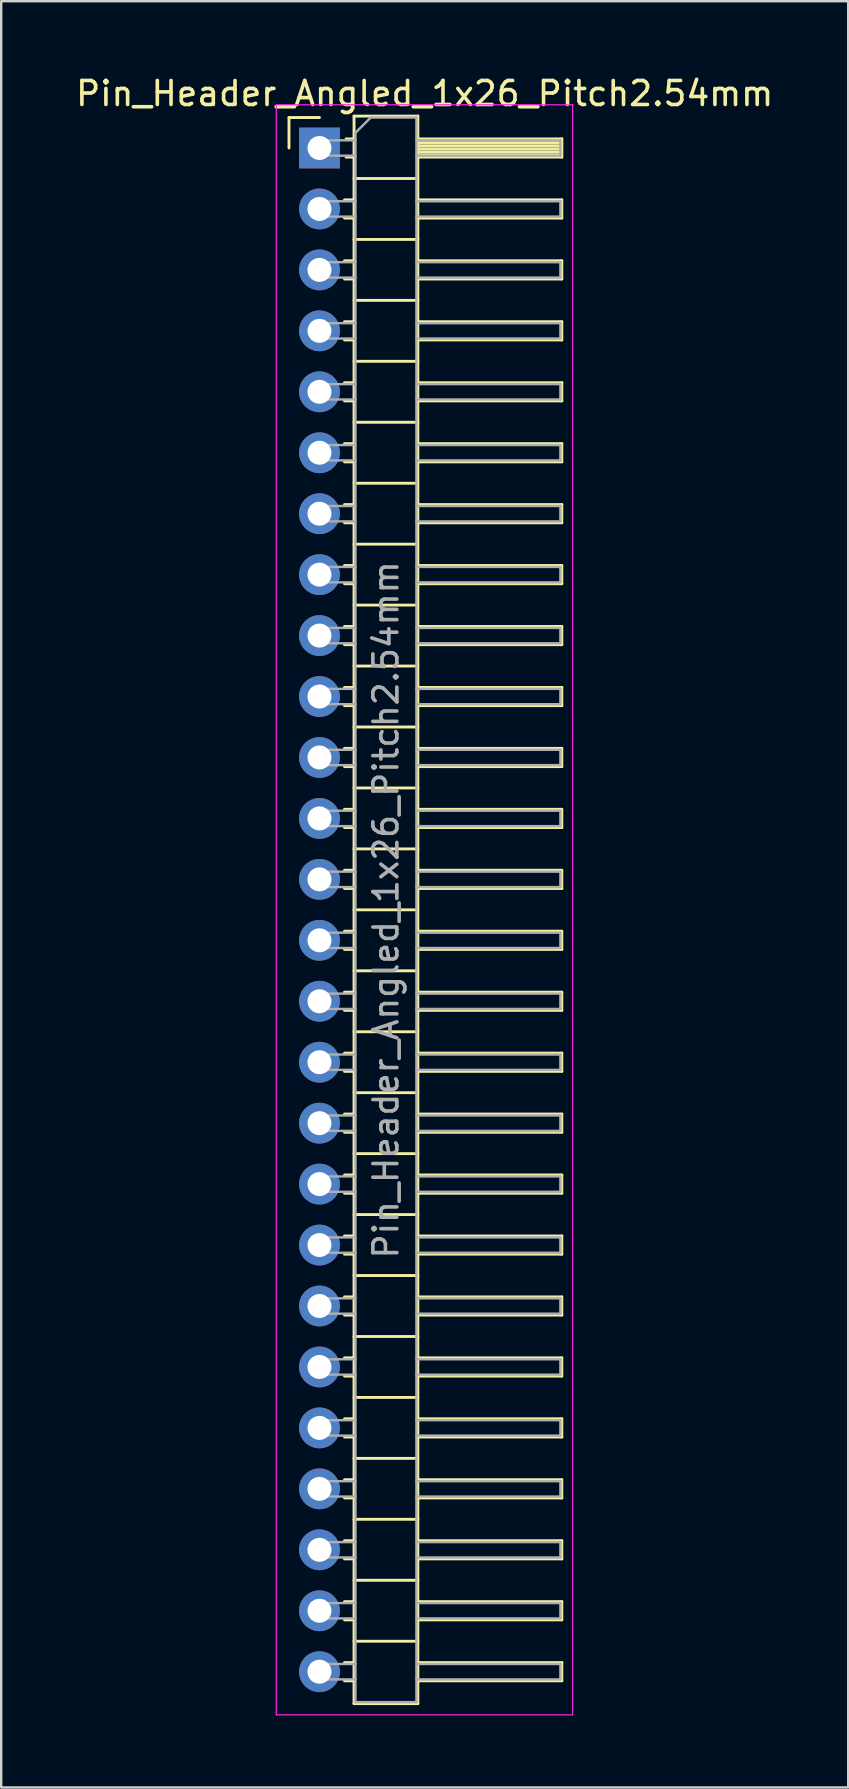
<source format=kicad_pcb>
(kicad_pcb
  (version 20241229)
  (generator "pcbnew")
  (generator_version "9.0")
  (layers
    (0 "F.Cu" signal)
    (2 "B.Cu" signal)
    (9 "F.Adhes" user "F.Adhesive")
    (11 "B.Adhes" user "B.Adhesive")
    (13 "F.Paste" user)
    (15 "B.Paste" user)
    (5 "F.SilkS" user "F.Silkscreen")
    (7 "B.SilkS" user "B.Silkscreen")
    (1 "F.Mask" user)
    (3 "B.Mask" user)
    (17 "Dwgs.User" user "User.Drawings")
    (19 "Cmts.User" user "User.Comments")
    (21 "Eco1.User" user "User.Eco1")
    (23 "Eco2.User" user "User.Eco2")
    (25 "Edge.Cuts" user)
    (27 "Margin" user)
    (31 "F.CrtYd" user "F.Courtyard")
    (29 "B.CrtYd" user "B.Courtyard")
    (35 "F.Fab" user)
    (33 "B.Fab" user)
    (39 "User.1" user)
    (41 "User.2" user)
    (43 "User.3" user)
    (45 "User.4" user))
  (footprint "Pin_Header_Angled_1x26_Pitch2.54mm"
    (layer "F.Cu")
    (at 10.264 3.118)
    (property "Reference" "Pin_Header_Angled_1x26_Pitch2.54mm" (at 4.385 -2.27 0) (layer "F.SilkS") (effects (font (size 1 1) (thickness 0.15))))
    (attr through_hole)
    (fp_line (start -1.27 -1.27) (end 0 -1.27) (stroke (width 0.12) (type solid)) (layer "F.SilkS"))
    (fp_line (start -1.27 0) (end -1.27 -1.27) (stroke (width 0.12) (type solid)) (layer "F.SilkS"))
    (fp_line (start 1.043 2.16) (end 1.44 2.16) (stroke (width 0.12) (type solid)) (layer "F.SilkS"))
    (fp_line (start 1.043 2.92) (end 1.44 2.92) (stroke (width 0.12) (type solid)) (layer "F.SilkS"))
    (fp_line (start 1.043 4.7) (end 1.44 4.7) (stroke (width 0.12) (type solid)) (layer "F.SilkS"))
    (fp_line (start 1.043 5.46) (end 1.44 5.46) (stroke (width 0.12) (type solid)) (layer "F.SilkS"))
    (fp_line (start 1.043 7.24) (end 1.44 7.24) (stroke (width 0.12) (type solid)) (layer "F.SilkS"))
    (fp_line (start 1.043 8) (end 1.44 8) (stroke (width 0.12) (type solid)) (layer "F.SilkS"))
    (fp_line (start 1.043 9.78) (end 1.44 9.78) (stroke (width 0.12) (type solid)) (layer "F.SilkS"))
    (fp_line (start 1.043 10.54) (end 1.44 10.54) (stroke (width 0.12) (type solid)) (layer "F.SilkS"))
    (fp_line (start 1.043 12.32) (end 1.44 12.32) (stroke (width 0.12) (type solid)) (layer "F.SilkS"))
    (fp_line (start 1.043 13.08) (end 1.44 13.08) (stroke (width 0.12) (type solid)) (layer "F.SilkS"))
    (fp_line (start 1.043 14.86) (end 1.44 14.86) (stroke (width 0.12) (type solid)) (layer "F.SilkS"))
    (fp_line (start 1.043 15.62) (end 1.44 15.62) (stroke (width 0.12) (type solid)) (layer "F.SilkS"))
    (fp_line (start 1.043 17.4) (end 1.44 17.4) (stroke (width 0.12) (type solid)) (layer "F.SilkS"))
    (fp_line (start 1.043 18.16) (end 1.44 18.16) (stroke (width 0.12) (type solid)) (layer "F.SilkS"))
    (fp_line (start 1.043 19.94) (end 1.44 19.94) (stroke (width 0.12) (type solid)) (layer "F.SilkS"))
    (fp_line (start 1.043 20.7) (end 1.44 20.7) (stroke (width 0.12) (type solid)) (layer "F.SilkS"))
    (fp_line (start 1.043 22.48) (end 1.44 22.48) (stroke (width 0.12) (type solid)) (layer "F.SilkS"))
    (fp_line (start 1.043 23.24) (end 1.44 23.24) (stroke (width 0.12) (type solid)) (layer "F.SilkS"))
    (fp_line (start 1.043 25.02) (end 1.44 25.02) (stroke (width 0.12) (type solid)) (layer "F.SilkS"))
    (fp_line (start 1.043 25.78) (end 1.44 25.78) (stroke (width 0.12) (type solid)) (layer "F.SilkS"))
    (fp_line (start 1.043 27.56) (end 1.44 27.56) (stroke (width 0.12) (type solid)) (layer "F.SilkS"))
    (fp_line (start 1.043 28.32) (end 1.44 28.32) (stroke (width 0.12) (type solid)) (layer "F.SilkS"))
    (fp_line (start 1.043 30.1) (end 1.44 30.1) (stroke (width 0.12) (type solid)) (layer "F.SilkS"))
    (fp_line (start 1.043 30.86) (end 1.44 30.86) (stroke (width 0.12) (type solid)) (layer "F.SilkS"))
    (fp_line (start 1.043 32.64) (end 1.44 32.64) (stroke (width 0.12) (type solid)) (layer "F.SilkS"))
    (fp_line (start 1.043 33.4) (end 1.44 33.4) (stroke (width 0.12) (type solid)) (layer "F.SilkS"))
    (fp_line (start 1.043 35.18) (end 1.44 35.18) (stroke (width 0.12) (type solid)) (layer "F.SilkS"))
    (fp_line (start 1.043 35.94) (end 1.44 35.94) (stroke (width 0.12) (type solid)) (layer "F.SilkS"))
    (fp_line (start 1.043 37.72) (end 1.44 37.72) (stroke (width 0.12) (type solid)) (layer "F.SilkS"))
    (fp_line (start 1.043 38.48) (end 1.44 38.48) (stroke (width 0.12) (type solid)) (layer "F.SilkS"))
    (fp_line (start 1.043 40.26) (end 1.44 40.26) (stroke (width 0.12) (type solid)) (layer "F.SilkS"))
    (fp_line (start 1.043 41.02) (end 1.44 41.02) (stroke (width 0.12) (type solid)) (layer "F.SilkS"))
    (fp_line (start 1.043 42.8) (end 1.44 42.8) (stroke (width 0.12) (type solid)) (layer "F.SilkS"))
    (fp_line (start 1.043 43.56) (end 1.44 43.56) (stroke (width 0.12) (type solid)) (layer "F.SilkS"))
    (fp_line (start 1.043 45.34) (end 1.44 45.34) (stroke (width 0.12) (type solid)) (layer "F.SilkS"))
    (fp_line (start 1.043 46.1) (end 1.44 46.1) (stroke (width 0.12) (type solid)) (layer "F.SilkS"))
    (fp_line (start 1.043 47.88) (end 1.44 47.88) (stroke (width 0.12) (type solid)) (layer "F.SilkS"))
    (fp_line (start 1.043 48.64) (end 1.44 48.64) (stroke (width 0.12) (type solid)) (layer "F.SilkS"))
    (fp_line (start 1.043 50.42) (end 1.44 50.42) (stroke (width 0.12) (type solid)) (layer "F.SilkS"))
    (fp_line (start 1.043 51.18) (end 1.44 51.18) (stroke (width 0.12) (type solid)) (layer "F.SilkS"))
    (fp_line (start 1.043 52.96) (end 1.44 52.96) (stroke (width 0.12) (type solid)) (layer "F.SilkS"))
    (fp_line (start 1.043 53.72) (end 1.44 53.72) (stroke (width 0.12) (type solid)) (layer "F.SilkS"))
    (fp_line (start 1.043 55.5) (end 1.44 55.5) (stroke (width 0.12) (type solid)) (layer "F.SilkS"))
    (fp_line (start 1.043 56.26) (end 1.44 56.26) (stroke (width 0.12) (type solid)) (layer "F.SilkS"))
    (fp_line (start 1.043 58.04) (end 1.44 58.04) (stroke (width 0.12) (type solid)) (layer "F.SilkS"))
    (fp_line (start 1.043 58.8) (end 1.44 58.8) (stroke (width 0.12) (type solid)) (layer "F.SilkS"))
    (fp_line (start 1.043 60.58) (end 1.44 60.58) (stroke (width 0.12) (type solid)) (layer "F.SilkS"))
    (fp_line (start 1.043 61.34) (end 1.44 61.34) (stroke (width 0.12) (type solid)) (layer "F.SilkS"))
    (fp_line (start 1.043 63.12) (end 1.44 63.12) (stroke (width 0.12) (type solid)) (layer "F.SilkS"))
    (fp_line (start 1.043 63.88) (end 1.44 63.88) (stroke (width 0.12) (type solid)) (layer "F.SilkS"))
    (fp_line (start 1.11 -0.38) (end 1.44 -0.38) (stroke (width 0.12) (type solid)) (layer "F.SilkS"))
    (fp_line (start 1.11 0.38) (end 1.44 0.38) (stroke (width 0.12) (type solid)) (layer "F.SilkS"))
    (fp_line (start 1.44 -1.33) (end 1.44 64.83) (stroke (width 0.12) (type solid)) (layer "F.SilkS"))
    (fp_line (start 1.44 1.27) (end 4.1 1.27) (stroke (width 0.12) (type solid)) (layer "F.SilkS"))
    (fp_line (start 1.44 3.81) (end 4.1 3.81) (stroke (width 0.12) (type solid)) (layer "F.SilkS"))
    (fp_line (start 1.44 6.35) (end 4.1 6.35) (stroke (width 0.12) (type solid)) (layer "F.SilkS"))
    (fp_line (start 1.44 8.89) (end 4.1 8.89) (stroke (width 0.12) (type solid)) (layer "F.SilkS"))
    (fp_line (start 1.44 11.43) (end 4.1 11.43) (stroke (width 0.12) (type solid)) (layer "F.SilkS"))
    (fp_line (start 1.44 13.97) (end 4.1 13.97) (stroke (width 0.12) (type solid)) (layer "F.SilkS"))
    (fp_line (start 1.44 16.51) (end 4.1 16.51) (stroke (width 0.12) (type solid)) (layer "F.SilkS"))
    (fp_line (start 1.44 19.05) (end 4.1 19.05) (stroke (width 0.12) (type solid)) (layer "F.SilkS"))
    (fp_line (start 1.44 21.59) (end 4.1 21.59) (stroke (width 0.12) (type solid)) (layer "F.SilkS"))
    (fp_line (start 1.44 24.13) (end 4.1 24.13) (stroke (width 0.12) (type solid)) (layer "F.SilkS"))
    (fp_line (start 1.44 26.67) (end 4.1 26.67) (stroke (width 0.12) (type solid)) (layer "F.SilkS"))
    (fp_line (start 1.44 29.21) (end 4.1 29.21) (stroke (width 0.12) (type solid)) (layer "F.SilkS"))
    (fp_line (start 1.44 31.75) (end 4.1 31.75) (stroke (width 0.12) (type solid)) (layer "F.SilkS"))
    (fp_line (start 1.44 34.29) (end 4.1 34.29) (stroke (width 0.12) (type solid)) (layer "F.SilkS"))
    (fp_line (start 1.44 36.83) (end 4.1 36.83) (stroke (width 0.12) (type solid)) (layer "F.SilkS"))
    (fp_line (start 1.44 39.37) (end 4.1 39.37) (stroke (width 0.12) (type solid)) (layer "F.SilkS"))
    (fp_line (start 1.44 41.91) (end 4.1 41.91) (stroke (width 0.12) (type solid)) (layer "F.SilkS"))
    (fp_line (start 1.44 44.45) (end 4.1 44.45) (stroke (width 0.12) (type solid)) (layer "F.SilkS"))
    (fp_line (start 1.44 46.99) (end 4.1 46.99) (stroke (width 0.12) (type solid)) (layer "F.SilkS"))
    (fp_line (start 1.44 49.53) (end 4.1 49.53) (stroke (width 0.12) (type solid)) (layer "F.SilkS"))
    (fp_line (start 1.44 52.07) (end 4.1 52.07) (stroke (width 0.12) (type solid)) (layer "F.SilkS"))
    (fp_line (start 1.44 54.61) (end 4.1 54.61) (stroke (width 0.12) (type solid)) (layer "F.SilkS"))
    (fp_line (start 1.44 57.15) (end 4.1 57.15) (stroke (width 0.12) (type solid)) (layer "F.SilkS"))
    (fp_line (start 1.44 59.69) (end 4.1 59.69) (stroke (width 0.12) (type solid)) (layer "F.SilkS"))
    (fp_line (start 1.44 62.23) (end 4.1 62.23) (stroke (width 0.12) (type solid)) (layer "F.SilkS"))
    (fp_line (start 1.44 64.83) (end 4.1 64.83) (stroke (width 0.12) (type solid)) (layer "F.SilkS"))
    (fp_line (start 4.1 -1.33) (end 1.44 -1.33) (stroke (width 0.12) (type solid)) (layer "F.SilkS"))
    (fp_line (start 4.1 -0.38) (end 10.1 -0.38) (stroke (width 0.12) (type solid)) (layer "F.SilkS"))
    (fp_line (start 4.1 -0.32) (end 10.1 -0.32) (stroke (width 0.12) (type solid)) (layer "F.SilkS"))
    (fp_line (start 4.1 -0.2) (end 10.1 -0.2) (stroke (width 0.12) (type solid)) (layer "F.SilkS"))
    (fp_line (start 4.1 -0.08) (end 10.1 -0.08) (stroke (width 0.12) (type solid)) (layer "F.SilkS"))
    (fp_line (start 4.1 0.04) (end 10.1 0.04) (stroke (width 0.12) (type solid)) (layer "F.SilkS"))
    (fp_line (start 4.1 0.16) (end 10.1 0.16) (stroke (width 0.12) (type solid)) (layer "F.SilkS"))
    (fp_line (start 4.1 0.28) (end 10.1 0.28) (stroke (width 0.12) (type solid)) (layer "F.SilkS"))
    (fp_line (start 4.1 2.16) (end 10.1 2.16) (stroke (width 0.12) (type solid)) (layer "F.SilkS"))
    (fp_line (start 4.1 4.7) (end 10.1 4.7) (stroke (width 0.12) (type solid)) (layer "F.SilkS"))
    (fp_line (start 4.1 7.24) (end 10.1 7.24) (stroke (width 0.12) (type solid)) (layer "F.SilkS"))
    (fp_line (start 4.1 9.78) (end 10.1 9.78) (stroke (width 0.12) (type solid)) (layer "F.SilkS"))
    (fp_line (start 4.1 12.32) (end 10.1 12.32) (stroke (width 0.12) (type solid)) (layer "F.SilkS"))
    (fp_line (start 4.1 14.86) (end 10.1 14.86) (stroke (width 0.12) (type solid)) (layer "F.SilkS"))
    (fp_line (start 4.1 17.4) (end 10.1 17.4) (stroke (width 0.12) (type solid)) (layer "F.SilkS"))
    (fp_line (start 4.1 19.94) (end 10.1 19.94) (stroke (width 0.12) (type solid)) (layer "F.SilkS"))
    (fp_line (start 4.1 22.48) (end 10.1 22.48) (stroke (width 0.12) (type solid)) (layer "F.SilkS"))
    (fp_line (start 4.1 25.02) (end 10.1 25.02) (stroke (width 0.12) (type solid)) (layer "F.SilkS"))
    (fp_line (start 4.1 27.56) (end 10.1 27.56) (stroke (width 0.12) (type solid)) (layer "F.SilkS"))
    (fp_line (start 4.1 30.1) (end 10.1 30.1) (stroke (width 0.12) (type solid)) (layer "F.SilkS"))
    (fp_line (start 4.1 32.64) (end 10.1 32.64) (stroke (width 0.12) (type solid)) (layer "F.SilkS"))
    (fp_line (start 4.1 35.18) (end 10.1 35.18) (stroke (width 0.12) (type solid)) (layer "F.SilkS"))
    (fp_line (start 4.1 37.72) (end 10.1 37.72) (stroke (width 0.12) (type solid)) (layer "F.SilkS"))
    (fp_line (start 4.1 40.26) (end 10.1 40.26) (stroke (width 0.12) (type solid)) (layer "F.SilkS"))
    (fp_line (start 4.1 42.8) (end 10.1 42.8) (stroke (width 0.12) (type solid)) (layer "F.SilkS"))
    (fp_line (start 4.1 45.34) (end 10.1 45.34) (stroke (width 0.12) (type solid)) (layer "F.SilkS"))
    (fp_line (start 4.1 47.88) (end 10.1 47.88) (stroke (width 0.12) (type solid)) (layer "F.SilkS"))
    (fp_line (start 4.1 50.42) (end 10.1 50.42) (stroke (width 0.12) (type solid)) (layer "F.SilkS"))
    (fp_line (start 4.1 52.96) (end 10.1 52.96) (stroke (width 0.12) (type solid)) (layer "F.SilkS"))
    (fp_line (start 4.1 55.5) (end 10.1 55.5) (stroke (width 0.12) (type solid)) (layer "F.SilkS"))
    (fp_line (start 4.1 58.04) (end 10.1 58.04) (stroke (width 0.12) (type solid)) (layer "F.SilkS"))
    (fp_line (start 4.1 60.58) (end 10.1 60.58) (stroke (width 0.12) (type solid)) (layer "F.SilkS"))
    (fp_line (start 4.1 63.12) (end 10.1 63.12) (stroke (width 0.12) (type solid)) (layer "F.SilkS"))
    (fp_line (start 4.1 64.83) (end 4.1 -1.33) (stroke (width 0.12) (type solid)) (layer "F.SilkS"))
    (fp_line (start 10.1 -0.38) (end 10.1 0.38) (stroke (width 0.12) (type solid)) (layer "F.SilkS"))
    (fp_line (start 10.1 0.38) (end 4.1 0.38) (stroke (width 0.12) (type solid)) (layer "F.SilkS"))
    (fp_line (start 10.1 2.16) (end 10.1 2.92) (stroke (width 0.12) (type solid)) (layer "F.SilkS"))
    (fp_line (start 10.1 2.92) (end 4.1 2.92) (stroke (width 0.12) (type solid)) (layer "F.SilkS"))
    (fp_line (start 10.1 4.7) (end 10.1 5.46) (stroke (width 0.12) (type solid)) (layer "F.SilkS"))
    (fp_line (start 10.1 5.46) (end 4.1 5.46) (stroke (width 0.12) (type solid)) (layer "F.SilkS"))
    (fp_line (start 10.1 7.24) (end 10.1 8) (stroke (width 0.12) (type solid)) (layer "F.SilkS"))
    (fp_line (start 10.1 8) (end 4.1 8) (stroke (width 0.12) (type solid)) (layer "F.SilkS"))
    (fp_line (start 10.1 9.78) (end 10.1 10.54) (stroke (width 0.12) (type solid)) (layer "F.SilkS"))
    (fp_line (start 10.1 10.54) (end 4.1 10.54) (stroke (width 0.12) (type solid)) (layer "F.SilkS"))
    (fp_line (start 10.1 12.32) (end 10.1 13.08) (stroke (width 0.12) (type solid)) (layer "F.SilkS"))
    (fp_line (start 10.1 13.08) (end 4.1 13.08) (stroke (width 0.12) (type solid)) (layer "F.SilkS"))
    (fp_line (start 10.1 14.86) (end 10.1 15.62) (stroke (width 0.12) (type solid)) (layer "F.SilkS"))
    (fp_line (start 10.1 15.62) (end 4.1 15.62) (stroke (width 0.12) (type solid)) (layer "F.SilkS"))
    (fp_line (start 10.1 17.4) (end 10.1 18.16) (stroke (width 0.12) (type solid)) (layer "F.SilkS"))
    (fp_line (start 10.1 18.16) (end 4.1 18.16) (stroke (width 0.12) (type solid)) (layer "F.SilkS"))
    (fp_line (start 10.1 19.94) (end 10.1 20.7) (stroke (width 0.12) (type solid)) (layer "F.SilkS"))
    (fp_line (start 10.1 20.7) (end 4.1 20.7) (stroke (width 0.12) (type solid)) (layer "F.SilkS"))
    (fp_line (start 10.1 22.48) (end 10.1 23.24) (stroke (width 0.12) (type solid)) (layer "F.SilkS"))
    (fp_line (start 10.1 23.24) (end 4.1 23.24) (stroke (width 0.12) (type solid)) (layer "F.SilkS"))
    (fp_line (start 10.1 25.02) (end 10.1 25.78) (stroke (width 0.12) (type solid)) (layer "F.SilkS"))
    (fp_line (start 10.1 25.78) (end 4.1 25.78) (stroke (width 0.12) (type solid)) (layer "F.SilkS"))
    (fp_line (start 10.1 27.56) (end 10.1 28.32) (stroke (width 0.12) (type solid)) (layer "F.SilkS"))
    (fp_line (start 10.1 28.32) (end 4.1 28.32) (stroke (width 0.12) (type solid)) (layer "F.SilkS"))
    (fp_line (start 10.1 30.1) (end 10.1 30.86) (stroke (width 0.12) (type solid)) (layer "F.SilkS"))
    (fp_line (start 10.1 30.86) (end 4.1 30.86) (stroke (width 0.12) (type solid)) (layer "F.SilkS"))
    (fp_line (start 10.1 32.64) (end 10.1 33.4) (stroke (width 0.12) (type solid)) (layer "F.SilkS"))
    (fp_line (start 10.1 33.4) (end 4.1 33.4) (stroke (width 0.12) (type solid)) (layer "F.SilkS"))
    (fp_line (start 10.1 35.18) (end 10.1 35.94) (stroke (width 0.12) (type solid)) (layer "F.SilkS"))
    (fp_line (start 10.1 35.94) (end 4.1 35.94) (stroke (width 0.12) (type solid)) (layer "F.SilkS"))
    (fp_line (start 10.1 37.72) (end 10.1 38.48) (stroke (width 0.12) (type solid)) (layer "F.SilkS"))
    (fp_line (start 10.1 38.48) (end 4.1 38.48) (stroke (width 0.12) (type solid)) (layer "F.SilkS"))
    (fp_line (start 10.1 40.26) (end 10.1 41.02) (stroke (width 0.12) (type solid)) (layer "F.SilkS"))
    (fp_line (start 10.1 41.02) (end 4.1 41.02) (stroke (width 0.12) (type solid)) (layer "F.SilkS"))
    (fp_line (start 10.1 42.8) (end 10.1 43.56) (stroke (width 0.12) (type solid)) (layer "F.SilkS"))
    (fp_line (start 10.1 43.56) (end 4.1 43.56) (stroke (width 0.12) (type solid)) (layer "F.SilkS"))
    (fp_line (start 10.1 45.34) (end 10.1 46.1) (stroke (width 0.12) (type solid)) (layer "F.SilkS"))
    (fp_line (start 10.1 46.1) (end 4.1 46.1) (stroke (width 0.12) (type solid)) (layer "F.SilkS"))
    (fp_line (start 10.1 47.88) (end 10.1 48.64) (stroke (width 0.12) (type solid)) (layer "F.SilkS"))
    (fp_line (start 10.1 48.64) (end 4.1 48.64) (stroke (width 0.12) (type solid)) (layer "F.SilkS"))
    (fp_line (start 10.1 50.42) (end 10.1 51.18) (stroke (width 0.12) (type solid)) (layer "F.SilkS"))
    (fp_line (start 10.1 51.18) (end 4.1 51.18) (stroke (width 0.12) (type solid)) (layer "F.SilkS"))
    (fp_line (start 10.1 52.96) (end 10.1 53.72) (stroke (width 0.12) (type solid)) (layer "F.SilkS"))
    (fp_line (start 10.1 53.72) (end 4.1 53.72) (stroke (width 0.12) (type solid)) (layer "F.SilkS"))
    (fp_line (start 10.1 55.5) (end 10.1 56.26) (stroke (width 0.12) (type solid)) (layer "F.SilkS"))
    (fp_line (start 10.1 56.26) (end 4.1 56.26) (stroke (width 0.12) (type solid)) (layer "F.SilkS"))
    (fp_line (start 10.1 58.04) (end 10.1 58.8) (stroke (width 0.12) (type solid)) (layer "F.SilkS"))
    (fp_line (start 10.1 58.8) (end 4.1 58.8) (stroke (width 0.12) (type solid)) (layer "F.SilkS"))
    (fp_line (start 10.1 60.58) (end 10.1 61.34) (stroke (width 0.12) (type solid)) (layer "F.SilkS"))
    (fp_line (start 10.1 61.34) (end 4.1 61.34) (stroke (width 0.12) (type solid)) (layer "F.SilkS"))
    (fp_line (start 10.1 63.12) (end 10.1 63.88) (stroke (width 0.12) (type solid)) (layer "F.SilkS"))
    (fp_line (start 10.1 63.88) (end 4.1 63.88) (stroke (width 0.12) (type solid)) (layer "F.SilkS"))
    (fp_line (start -1.8 -1.8) (end -1.8 65.3) (stroke (width 0.05) (type solid)) (layer "F.CrtYd"))
    (fp_line (start -1.8 65.3) (end 10.55 65.3) (stroke (width 0.05) (type solid)) (layer "F.CrtYd"))
    (fp_line (start 10.55 -1.8) (end -1.8 -1.8) (stroke (width 0.05) (type solid)) (layer "F.CrtYd"))
    (fp_line (start 10.55 65.3) (end 10.55 -1.8) (stroke (width 0.05) (type solid)) (layer "F.CrtYd"))
    (fp_line (start -0.32 -0.32) (end -0.32 0.32) (stroke (width 0.1) (type solid)) (layer "F.Fab"))
    (fp_line (start -0.32 -0.32) (end 1.5 -0.32) (stroke (width 0.1) (type solid)) (layer "F.Fab"))
    (fp_line (start -0.32 0.32) (end 1.5 0.32) (stroke (width 0.1) (type solid)) (layer "F.Fab"))
    (fp_line (start -0.32 2.22) (end -0.32 2.86) (stroke (width 0.1) (type solid)) (layer "F.Fab"))
    (fp_line (start -0.32 2.22) (end 1.5 2.22) (stroke (width 0.1) (type solid)) (layer "F.Fab"))
    (fp_line (start -0.32 2.86) (end 1.5 2.86) (stroke (width 0.1) (type solid)) (layer "F.Fab"))
    (fp_line (start -0.32 4.76) (end -0.32 5.4) (stroke (width 0.1) (type solid)) (layer "F.Fab"))
    (fp_line (start -0.32 4.76) (end 1.5 4.76) (stroke (width 0.1) (type solid)) (layer "F.Fab"))
    (fp_line (start -0.32 5.4) (end 1.5 5.4) (stroke (width 0.1) (type solid)) (layer "F.Fab"))
    (fp_line (start -0.32 7.3) (end -0.32 7.94) (stroke (width 0.1) (type solid)) (layer "F.Fab"))
    (fp_line (start -0.32 7.3) (end 1.5 7.3) (stroke (width 0.1) (type solid)) (layer "F.Fab"))
    (fp_line (start -0.32 7.94) (end 1.5 7.94) (stroke (width 0.1) (type solid)) (layer "F.Fab"))
    (fp_line (start -0.32 9.84) (end -0.32 10.48) (stroke (width 0.1) (type solid)) (layer "F.Fab"))
    (fp_line (start -0.32 9.84) (end 1.5 9.84) (stroke (width 0.1) (type solid)) (layer "F.Fab"))
    (fp_line (start -0.32 10.48) (end 1.5 10.48) (stroke (width 0.1) (type solid)) (layer "F.Fab"))
    (fp_line (start -0.32 12.38) (end -0.32 13.02) (stroke (width 0.1) (type solid)) (layer "F.Fab"))
    (fp_line (start -0.32 12.38) (end 1.5 12.38) (stroke (width 0.1) (type solid)) (layer "F.Fab"))
    (fp_line (start -0.32 13.02) (end 1.5 13.02) (stroke (width 0.1) (type solid)) (layer "F.Fab"))
    (fp_line (start -0.32 14.92) (end -0.32 15.56) (stroke (width 0.1) (type solid)) (layer "F.Fab"))
    (fp_line (start -0.32 14.92) (end 1.5 14.92) (stroke (width 0.1) (type solid)) (layer "F.Fab"))
    (fp_line (start -0.32 15.56) (end 1.5 15.56) (stroke (width 0.1) (type solid)) (layer "F.Fab"))
    (fp_line (start -0.32 17.46) (end -0.32 18.1) (stroke (width 0.1) (type solid)) (layer "F.Fab"))
    (fp_line (start -0.32 17.46) (end 1.5 17.46) (stroke (width 0.1) (type solid)) (layer "F.Fab"))
    (fp_line (start -0.32 18.1) (end 1.5 18.1) (stroke (width 0.1) (type solid)) (layer "F.Fab"))
    (fp_line (start -0.32 20) (end -0.32 20.64) (stroke (width 0.1) (type solid)) (layer "F.Fab"))
    (fp_line (start -0.32 20) (end 1.5 20) (stroke (width 0.1) (type solid)) (layer "F.Fab"))
    (fp_line (start -0.32 20.64) (end 1.5 20.64) (stroke (width 0.1) (type solid)) (layer "F.Fab"))
    (fp_line (start -0.32 22.54) (end -0.32 23.18) (stroke (width 0.1) (type solid)) (layer "F.Fab"))
    (fp_line (start -0.32 22.54) (end 1.5 22.54) (stroke (width 0.1) (type solid)) (layer "F.Fab"))
    (fp_line (start -0.32 23.18) (end 1.5 23.18) (stroke (width 0.1) (type solid)) (layer "F.Fab"))
    (fp_line (start -0.32 25.08) (end -0.32 25.72) (stroke (width 0.1) (type solid)) (layer "F.Fab"))
    (fp_line (start -0.32 25.08) (end 1.5 25.08) (stroke (width 0.1) (type solid)) (layer "F.Fab"))
    (fp_line (start -0.32 25.72) (end 1.5 25.72) (stroke (width 0.1) (type solid)) (layer "F.Fab"))
    (fp_line (start -0.32 27.62) (end -0.32 28.26) (stroke (width 0.1) (type solid)) (layer "F.Fab"))
    (fp_line (start -0.32 27.62) (end 1.5 27.62) (stroke (width 0.1) (type solid)) (layer "F.Fab"))
    (fp_line (start -0.32 28.26) (end 1.5 28.26) (stroke (width 0.1) (type solid)) (layer "F.Fab"))
    (fp_line (start -0.32 30.16) (end -0.32 30.8) (stroke (width 0.1) (type solid)) (layer "F.Fab"))
    (fp_line (start -0.32 30.16) (end 1.5 30.16) (stroke (width 0.1) (type solid)) (layer "F.Fab"))
    (fp_line (start -0.32 30.8) (end 1.5 30.8) (stroke (width 0.1) (type solid)) (layer "F.Fab"))
    (fp_line (start -0.32 32.7) (end -0.32 33.34) (stroke (width 0.1) (type solid)) (layer "F.Fab"))
    (fp_line (start -0.32 32.7) (end 1.5 32.7) (stroke (width 0.1) (type solid)) (layer "F.Fab"))
    (fp_line (start -0.32 33.34) (end 1.5 33.34) (stroke (width 0.1) (type solid)) (layer "F.Fab"))
    (fp_line (start -0.32 35.24) (end -0.32 35.88) (stroke (width 0.1) (type solid)) (layer "F.Fab"))
    (fp_line (start -0.32 35.24) (end 1.5 35.24) (stroke (width 0.1) (type solid)) (layer "F.Fab"))
    (fp_line (start -0.32 35.88) (end 1.5 35.88) (stroke (width 0.1) (type solid)) (layer "F.Fab"))
    (fp_line (start -0.32 37.78) (end -0.32 38.42) (stroke (width 0.1) (type solid)) (layer "F.Fab"))
    (fp_line (start -0.32 37.78) (end 1.5 37.78) (stroke (width 0.1) (type solid)) (layer "F.Fab"))
    (fp_line (start -0.32 38.42) (end 1.5 38.42) (stroke (width 0.1) (type solid)) (layer "F.Fab"))
    (fp_line (start -0.32 40.32) (end -0.32 40.96) (stroke (width 0.1) (type solid)) (layer "F.Fab"))
    (fp_line (start -0.32 40.32) (end 1.5 40.32) (stroke (width 0.1) (type solid)) (layer "F.Fab"))
    (fp_line (start -0.32 40.96) (end 1.5 40.96) (stroke (width 0.1) (type solid)) (layer "F.Fab"))
    (fp_line (start -0.32 42.86) (end -0.32 43.5) (stroke (width 0.1) (type solid)) (layer "F.Fab"))
    (fp_line (start -0.32 42.86) (end 1.5 42.86) (stroke (width 0.1) (type solid)) (layer "F.Fab"))
    (fp_line (start -0.32 43.5) (end 1.5 43.5) (stroke (width 0.1) (type solid)) (layer "F.Fab"))
    (fp_line (start -0.32 45.4) (end -0.32 46.04) (stroke (width 0.1) (type solid)) (layer "F.Fab"))
    (fp_line (start -0.32 45.4) (end 1.5 45.4) (stroke (width 0.1) (type solid)) (layer "F.Fab"))
    (fp_line (start -0.32 46.04) (end 1.5 46.04) (stroke (width 0.1) (type solid)) (layer "F.Fab"))
    (fp_line (start -0.32 47.94) (end -0.32 48.58) (stroke (width 0.1) (type solid)) (layer "F.Fab"))
    (fp_line (start -0.32 47.94) (end 1.5 47.94) (stroke (width 0.1) (type solid)) (layer "F.Fab"))
    (fp_line (start -0.32 48.58) (end 1.5 48.58) (stroke (width 0.1) (type solid)) (layer "F.Fab"))
    (fp_line (start -0.32 50.48) (end -0.32 51.12) (stroke (width 0.1) (type solid)) (layer "F.Fab"))
    (fp_line (start -0.32 50.48) (end 1.5 50.48) (stroke (width 0.1) (type solid)) (layer "F.Fab"))
    (fp_line (start -0.32 51.12) (end 1.5 51.12) (stroke (width 0.1) (type solid)) (layer "F.Fab"))
    (fp_line (start -0.32 53.02) (end -0.32 53.66) (stroke (width 0.1) (type solid)) (layer "F.Fab"))
    (fp_line (start -0.32 53.02) (end 1.5 53.02) (stroke (width 0.1) (type solid)) (layer "F.Fab"))
    (fp_line (start -0.32 53.66) (end 1.5 53.66) (stroke (width 0.1) (type solid)) (layer "F.Fab"))
    (fp_line (start -0.32 55.56) (end -0.32 56.2) (stroke (width 0.1) (type solid)) (layer "F.Fab"))
    (fp_line (start -0.32 55.56) (end 1.5 55.56) (stroke (width 0.1) (type solid)) (layer "F.Fab"))
    (fp_line (start -0.32 56.2) (end 1.5 56.2) (stroke (width 0.1) (type solid)) (layer "F.Fab"))
    (fp_line (start -0.32 58.1) (end -0.32 58.74) (stroke (width 0.1) (type solid)) (layer "F.Fab"))
    (fp_line (start -0.32 58.1) (end 1.5 58.1) (stroke (width 0.1) (type solid)) (layer "F.Fab"))
    (fp_line (start -0.32 58.74) (end 1.5 58.74) (stroke (width 0.1) (type solid)) (layer "F.Fab"))
    (fp_line (start -0.32 60.64) (end -0.32 61.28) (stroke (width 0.1) (type solid)) (layer "F.Fab"))
    (fp_line (start -0.32 60.64) (end 1.5 60.64) (stroke (width 0.1) (type solid)) (layer "F.Fab"))
    (fp_line (start -0.32 61.28) (end 1.5 61.28) (stroke (width 0.1) (type solid)) (layer "F.Fab"))
    (fp_line (start -0.32 63.18) (end -0.32 63.82) (stroke (width 0.1) (type solid)) (layer "F.Fab"))
    (fp_line (start -0.32 63.18) (end 1.5 63.18) (stroke (width 0.1) (type solid)) (layer "F.Fab"))
    (fp_line (start -0.32 63.82) (end 1.5 63.82) (stroke (width 0.1) (type solid)) (layer "F.Fab"))
    (fp_line (start 1.5 -0.635) (end 2.135 -1.27) (stroke (width 0.1) (type solid)) (layer "F.Fab"))
    (fp_line (start 1.5 64.77) (end 1.5 -0.635) (stroke (width 0.1) (type solid)) (layer "F.Fab"))
    (fp_line (start 2.135 -1.27) (end 4.04 -1.27) (stroke (width 0.1) (type solid)) (layer "F.Fab"))
    (fp_line (start 4.04 -1.27) (end 4.04 64.77) (stroke (width 0.1) (type solid)) (layer "F.Fab"))
    (fp_line (start 4.04 -0.32) (end 10.04 -0.32) (stroke (width 0.1) (type solid)) (layer "F.Fab"))
    (fp_line (start 4.04 0.32) (end 10.04 0.32) (stroke (width 0.1) (type solid)) (layer "F.Fab"))
    (fp_line (start 4.04 2.22) (end 10.04 2.22) (stroke (width 0.1) (type solid)) (layer "F.Fab"))
    (fp_line (start 4.04 2.86) (end 10.04 2.86) (stroke (width 0.1) (type solid)) (layer "F.Fab"))
    (fp_line (start 4.04 4.76) (end 10.04 4.76) (stroke (width 0.1) (type solid)) (layer "F.Fab"))
    (fp_line (start 4.04 5.4) (end 10.04 5.4) (stroke (width 0.1) (type solid)) (layer "F.Fab"))
    (fp_line (start 4.04 7.3) (end 10.04 7.3) (stroke (width 0.1) (type solid)) (layer "F.Fab"))
    (fp_line (start 4.04 7.94) (end 10.04 7.94) (stroke (width 0.1) (type solid)) (layer "F.Fab"))
    (fp_line (start 4.04 9.84) (end 10.04 9.84) (stroke (width 0.1) (type solid)) (layer "F.Fab"))
    (fp_line (start 4.04 10.48) (end 10.04 10.48) (stroke (width 0.1) (type solid)) (layer "F.Fab"))
    (fp_line (start 4.04 12.38) (end 10.04 12.38) (stroke (width 0.1) (type solid)) (layer "F.Fab"))
    (fp_line (start 4.04 13.02) (end 10.04 13.02) (stroke (width 0.1) (type solid)) (layer "F.Fab"))
    (fp_line (start 4.04 14.92) (end 10.04 14.92) (stroke (width 0.1) (type solid)) (layer "F.Fab"))
    (fp_line (start 4.04 15.56) (end 10.04 15.56) (stroke (width 0.1) (type solid)) (layer "F.Fab"))
    (fp_line (start 4.04 17.46) (end 10.04 17.46) (stroke (width 0.1) (type solid)) (layer "F.Fab"))
    (fp_line (start 4.04 18.1) (end 10.04 18.1) (stroke (width 0.1) (type solid)) (layer "F.Fab"))
    (fp_line (start 4.04 20) (end 10.04 20) (stroke (width 0.1) (type solid)) (layer "F.Fab"))
    (fp_line (start 4.04 20.64) (end 10.04 20.64) (stroke (width 0.1) (type solid)) (layer "F.Fab"))
    (fp_line (start 4.04 22.54) (end 10.04 22.54) (stroke (width 0.1) (type solid)) (layer "F.Fab"))
    (fp_line (start 4.04 23.18) (end 10.04 23.18) (stroke (width 0.1) (type solid)) (layer "F.Fab"))
    (fp_line (start 4.04 25.08) (end 10.04 25.08) (stroke (width 0.1) (type solid)) (layer "F.Fab"))
    (fp_line (start 4.04 25.72) (end 10.04 25.72) (stroke (width 0.1) (type solid)) (layer "F.Fab"))
    (fp_line (start 4.04 27.62) (end 10.04 27.62) (stroke (width 0.1) (type solid)) (layer "F.Fab"))
    (fp_line (start 4.04 28.26) (end 10.04 28.26) (stroke (width 0.1) (type solid)) (layer "F.Fab"))
    (fp_line (start 4.04 30.16) (end 10.04 30.16) (stroke (width 0.1) (type solid)) (layer "F.Fab"))
    (fp_line (start 4.04 30.8) (end 10.04 30.8) (stroke (width 0.1) (type solid)) (layer "F.Fab"))
    (fp_line (start 4.04 32.7) (end 10.04 32.7) (stroke (width 0.1) (type solid)) (layer "F.Fab"))
    (fp_line (start 4.04 33.34) (end 10.04 33.34) (stroke (width 0.1) (type solid)) (layer "F.Fab"))
    (fp_line (start 4.04 35.24) (end 10.04 35.24) (stroke (width 0.1) (type solid)) (layer "F.Fab"))
    (fp_line (start 4.04 35.88) (end 10.04 35.88) (stroke (width 0.1) (type solid)) (layer "F.Fab"))
    (fp_line (start 4.04 37.78) (end 10.04 37.78) (stroke (width 0.1) (type solid)) (layer "F.Fab"))
    (fp_line (start 4.04 38.42) (end 10.04 38.42) (stroke (width 0.1) (type solid)) (layer "F.Fab"))
    (fp_line (start 4.04 40.32) (end 10.04 40.32) (stroke (width 0.1) (type solid)) (layer "F.Fab"))
    (fp_line (start 4.04 40.96) (end 10.04 40.96) (stroke (width 0.1) (type solid)) (layer "F.Fab"))
    (fp_line (start 4.04 42.86) (end 10.04 42.86) (stroke (width 0.1) (type solid)) (layer "F.Fab"))
    (fp_line (start 4.04 43.5) (end 10.04 43.5) (stroke (width 0.1) (type solid)) (layer "F.Fab"))
    (fp_line (start 4.04 45.4) (end 10.04 45.4) (stroke (width 0.1) (type solid)) (layer "F.Fab"))
    (fp_line (start 4.04 46.04) (end 10.04 46.04) (stroke (width 0.1) (type solid)) (layer "F.Fab"))
    (fp_line (start 4.04 47.94) (end 10.04 47.94) (stroke (width 0.1) (type solid)) (layer "F.Fab"))
    (fp_line (start 4.04 48.58) (end 10.04 48.58) (stroke (width 0.1) (type solid)) (layer "F.Fab"))
    (fp_line (start 4.04 50.48) (end 10.04 50.48) (stroke (width 0.1) (type solid)) (layer "F.Fab"))
    (fp_line (start 4.04 51.12) (end 10.04 51.12) (stroke (width 0.1) (type solid)) (layer "F.Fab"))
    (fp_line (start 4.04 53.02) (end 10.04 53.02) (stroke (width 0.1) (type solid)) (layer "F.Fab"))
    (fp_line (start 4.04 53.66) (end 10.04 53.66) (stroke (width 0.1) (type solid)) (layer "F.Fab"))
    (fp_line (start 4.04 55.56) (end 10.04 55.56) (stroke (width 0.1) (type solid)) (layer "F.Fab"))
    (fp_line (start 4.04 56.2) (end 10.04 56.2) (stroke (width 0.1) (type solid)) (layer "F.Fab"))
    (fp_line (start 4.04 58.1) (end 10.04 58.1) (stroke (width 0.1) (type solid)) (layer "F.Fab"))
    (fp_line (start 4.04 58.74) (end 10.04 58.74) (stroke (width 0.1) (type solid)) (layer "F.Fab"))
    (fp_line (start 4.04 60.64) (end 10.04 60.64) (stroke (width 0.1) (type solid)) (layer "F.Fab"))
    (fp_line (start 4.04 61.28) (end 10.04 61.28) (stroke (width 0.1) (type solid)) (layer "F.Fab"))
    (fp_line (start 4.04 63.18) (end 10.04 63.18) (stroke (width 0.1) (type solid)) (layer "F.Fab"))
    (fp_line (start 4.04 63.82) (end 10.04 63.82) (stroke (width 0.1) (type solid)) (layer "F.Fab"))
    (fp_line (start 4.04 64.77) (end 1.5 64.77) (stroke (width 0.1) (type solid)) (layer "F.Fab"))
    (fp_line (start 10.04 -0.32) (end 10.04 0.32) (stroke (width 0.1) (type solid)) (layer "F.Fab"))
    (fp_line (start 10.04 2.22) (end 10.04 2.86) (stroke (width 0.1) (type solid)) (layer "F.Fab"))
    (fp_line (start 10.04 4.76) (end 10.04 5.4) (stroke (width 0.1) (type solid)) (layer "F.Fab"))
    (fp_line (start 10.04 7.3) (end 10.04 7.94) (stroke (width 0.1) (type solid)) (layer "F.Fab"))
    (fp_line (start 10.04 9.84) (end 10.04 10.48) (stroke (width 0.1) (type solid)) (layer "F.Fab"))
    (fp_line (start 10.04 12.38) (end 10.04 13.02) (stroke (width 0.1) (type solid)) (layer "F.Fab"))
    (fp_line (start 10.04 14.92) (end 10.04 15.56) (stroke (width 0.1) (type solid)) (layer "F.Fab"))
    (fp_line (start 10.04 17.46) (end 10.04 18.1) (stroke (width 0.1) (type solid)) (layer "F.Fab"))
    (fp_line (start 10.04 20) (end 10.04 20.64) (stroke (width 0.1) (type solid)) (layer "F.Fab"))
    (fp_line (start 10.04 22.54) (end 10.04 23.18) (stroke (width 0.1) (type solid)) (layer "F.Fab"))
    (fp_line (start 10.04 25.08) (end 10.04 25.72) (stroke (width 0.1) (type solid)) (layer "F.Fab"))
    (fp_line (start 10.04 27.62) (end 10.04 28.26) (stroke (width 0.1) (type solid)) (layer "F.Fab"))
    (fp_line (start 10.04 30.16) (end 10.04 30.8) (stroke (width 0.1) (type solid)) (layer "F.Fab"))
    (fp_line (start 10.04 32.7) (end 10.04 33.34) (stroke (width 0.1) (type solid)) (layer "F.Fab"))
    (fp_line (start 10.04 35.24) (end 10.04 35.88) (stroke (width 0.1) (type solid)) (layer "F.Fab"))
    (fp_line (start 10.04 37.78) (end 10.04 38.42) (stroke (width 0.1) (type solid)) (layer "F.Fab"))
    (fp_line (start 10.04 40.32) (end 10.04 40.96) (stroke (width 0.1) (type solid)) (layer "F.Fab"))
    (fp_line (start 10.04 42.86) (end 10.04 43.5) (stroke (width 0.1) (type solid)) (layer "F.Fab"))
    (fp_line (start 10.04 45.4) (end 10.04 46.04) (stroke (width 0.1) (type solid)) (layer "F.Fab"))
    (fp_line (start 10.04 47.94) (end 10.04 48.58) (stroke (width 0.1) (type solid)) (layer "F.Fab"))
    (fp_line (start 10.04 50.48) (end 10.04 51.12) (stroke (width 0.1) (type solid)) (layer "F.Fab"))
    (fp_line (start 10.04 53.02) (end 10.04 53.66) (stroke (width 0.1) (type solid)) (layer "F.Fab"))
    (fp_line (start 10.04 55.56) (end 10.04 56.2) (stroke (width 0.1) (type solid)) (layer "F.Fab"))
    (fp_line (start 10.04 58.1) (end 10.04 58.74) (stroke (width 0.1) (type solid)) (layer "F.Fab"))
    (fp_line (start 10.04 60.64) (end 10.04 61.28) (stroke (width 0.1) (type solid)) (layer "F.Fab"))
    (fp_line (start 10.04 63.18) (end 10.04 63.82) (stroke (width 0.1) (type solid)) (layer "F.Fab"))
    (fp_text user "${REFERENCE}" (at 2.77 31.75 90) (layer "F.Fab") (effects (font (size 1 1) (thickness 0.15))))
    (pad "1" thru_hole rect (at 0 0) (size 1.7 1.7) (drill 1) (layers "*.Cu" "*.Mask"))
    (pad "2" thru_hole oval (at 0 2.54) (size 1.7 1.7) (drill 1) (layers "*.Cu" "*.Mask"))
    (pad "3" thru_hole oval (at 0 5.08) (size 1.7 1.7) (drill 1) (layers "*.Cu" "*.Mask"))
    (pad "4" thru_hole oval (at 0 7.62) (size 1.7 1.7) (drill 1) (layers "*.Cu" "*.Mask"))
    (pad "5" thru_hole oval (at 0 10.16) (size 1.7 1.7) (drill 1) (layers "*.Cu" "*.Mask"))
    (pad "6" thru_hole oval (at 0 12.7) (size 1.7 1.7) (drill 1) (layers "*.Cu" "*.Mask"))
    (pad "7" thru_hole oval (at 0 15.24) (size 1.7 1.7) (drill 1) (layers "*.Cu" "*.Mask"))
    (pad "8" thru_hole oval (at 0 17.78) (size 1.7 1.7) (drill 1) (layers "*.Cu" "*.Mask"))
    (pad "9" thru_hole oval (at 0 20.32) (size 1.7 1.7) (drill 1) (layers "*.Cu" "*.Mask"))
    (pad "10" thru_hole oval (at 0 22.86) (size 1.7 1.7) (drill 1) (layers "*.Cu" "*.Mask"))
    (pad "11" thru_hole oval (at 0 25.4) (size 1.7 1.7) (drill 1) (layers "*.Cu" "*.Mask"))
    (pad "12" thru_hole oval (at 0 27.94) (size 1.7 1.7) (drill 1) (layers "*.Cu" "*.Mask"))
    (pad "13" thru_hole oval (at 0 30.48) (size 1.7 1.7) (drill 1) (layers "*.Cu" "*.Mask"))
    (pad "14" thru_hole oval (at 0 33.02) (size 1.7 1.7) (drill 1) (layers "*.Cu" "*.Mask"))
    (pad "15" thru_hole oval (at 0 35.56) (size 1.7 1.7) (drill 1) (layers "*.Cu" "*.Mask"))
    (pad "16" thru_hole oval (at 0 38.1) (size 1.7 1.7) (drill 1) (layers "*.Cu" "*.Mask"))
    (pad "17" thru_hole oval (at 0 40.64) (size 1.7 1.7) (drill 1) (layers "*.Cu" "*.Mask"))
    (pad "18" thru_hole oval (at 0 43.18) (size 1.7 1.7) (drill 1) (layers "*.Cu" "*.Mask"))
    (pad "19" thru_hole oval (at 0 45.72) (size 1.7 1.7) (drill 1) (layers "*.Cu" "*.Mask"))
    (pad "20" thru_hole oval (at 0 48.26) (size 1.7 1.7) (drill 1) (layers "*.Cu" "*.Mask"))
    (pad "21" thru_hole oval (at 0 50.8) (size 1.7 1.7) (drill 1) (layers "*.Cu" "*.Mask"))
    (pad "22" thru_hole oval (at 0 53.34) (size 1.7 1.7) (drill 1) (layers "*.Cu" "*.Mask"))
    (pad "23" thru_hole oval (at 0 55.88) (size 1.7 1.7) (drill 1) (layers "*.Cu" "*.Mask"))
    (pad "24" thru_hole oval (at 0 58.42) (size 1.7 1.7) (drill 1) (layers "*.Cu" "*.Mask"))
    (pad "25" thru_hole oval (at 0 60.96) (size 1.7 1.7) (drill 1) (layers "*.Cu" "*.Mask"))
    (pad "26" thru_hole oval (at 0 63.5) (size 1.7 1.7) (drill 1) (layers "*.Cu" "*.Mask")))
  (gr_rect
    (start -3 -3)
    (end 32.298 71.443)
    (stroke (width 0.1) (type default))
    (fill no)
    (layer "Edge.Cuts")))
</source>
